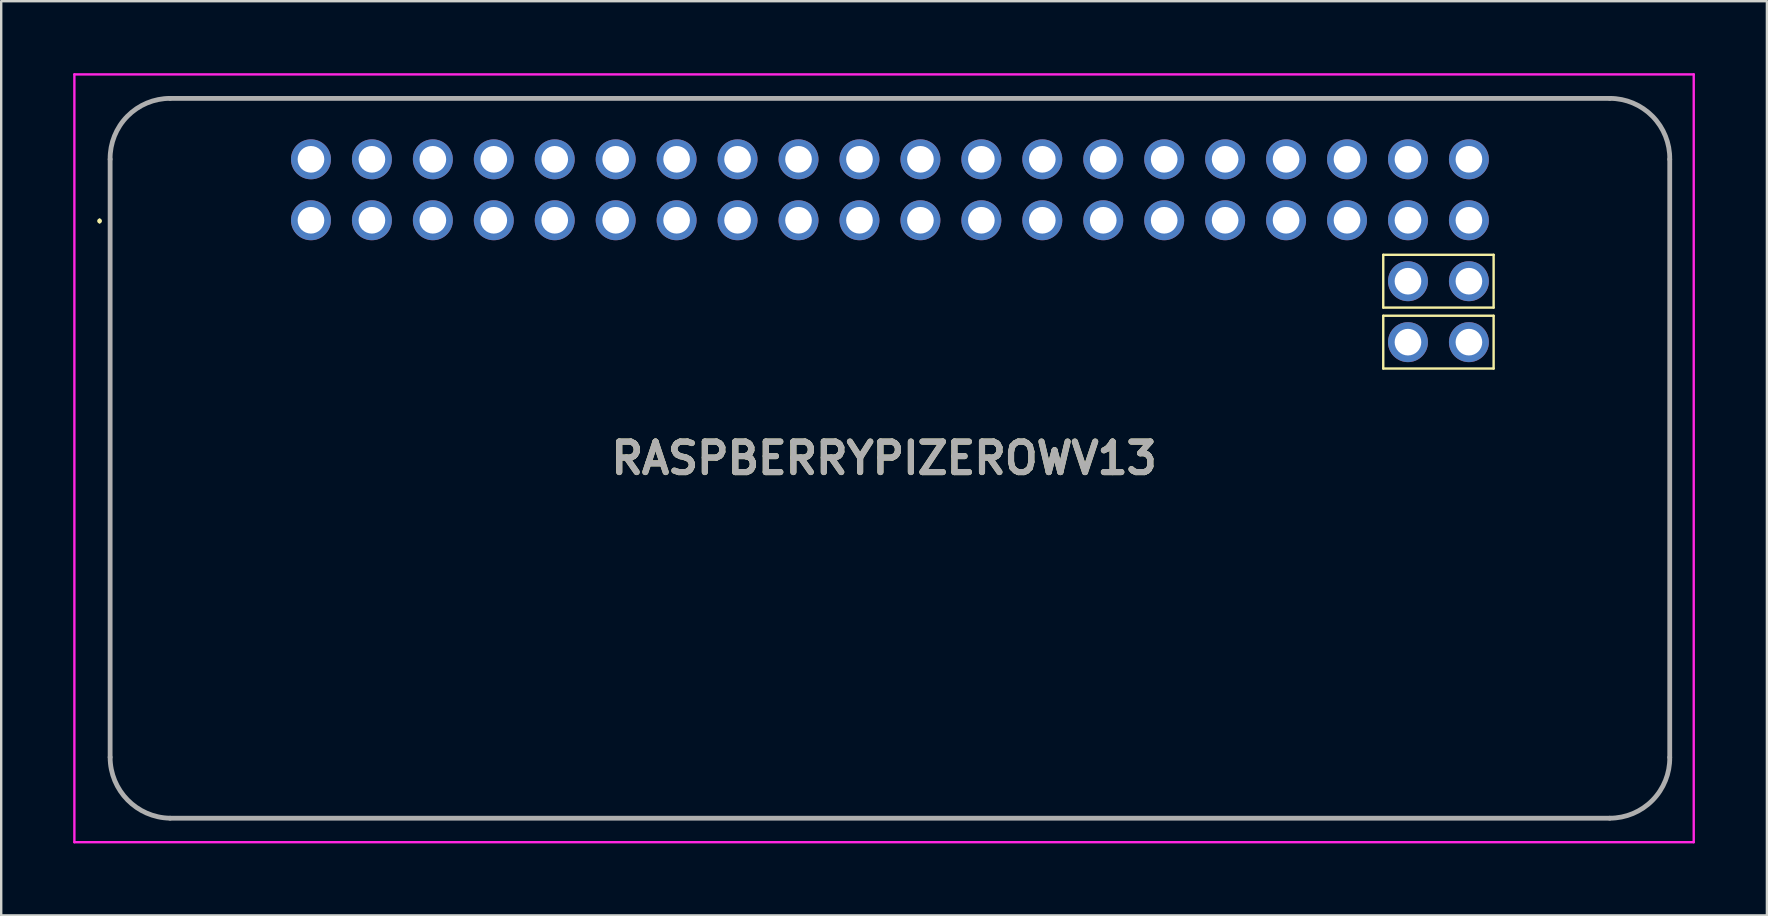
<source format=kicad_pcb>
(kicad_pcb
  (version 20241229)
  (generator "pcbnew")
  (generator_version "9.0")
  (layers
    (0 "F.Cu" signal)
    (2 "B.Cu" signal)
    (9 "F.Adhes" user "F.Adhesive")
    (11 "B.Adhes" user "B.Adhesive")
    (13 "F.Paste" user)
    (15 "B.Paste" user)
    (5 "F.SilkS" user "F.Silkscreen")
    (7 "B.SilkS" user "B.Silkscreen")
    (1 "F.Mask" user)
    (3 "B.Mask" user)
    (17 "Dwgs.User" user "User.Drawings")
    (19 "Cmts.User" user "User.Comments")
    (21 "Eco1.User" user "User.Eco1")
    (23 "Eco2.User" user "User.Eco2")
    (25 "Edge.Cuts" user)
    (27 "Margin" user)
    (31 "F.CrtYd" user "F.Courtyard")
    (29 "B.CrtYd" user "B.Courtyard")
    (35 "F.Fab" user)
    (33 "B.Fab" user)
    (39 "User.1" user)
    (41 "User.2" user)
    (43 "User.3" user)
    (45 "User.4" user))
  (footprint "RASPBERRYPIZEROWV13"
    (layer "F.Cu")
    (at 33.795 16.05)
    (property "Reference" "RASPBERRYPIZEROWV13" (at 0 0 0) (layer "F.SilkS") (effects (font (size 1.27 1.27) (thickness 0.254))))
    (attr through_hole)
    (fp_line (start -32.695 -9.94) (end -32.695 -9.94) (stroke (width 0.1) (type solid)) (layer "F.SilkS"))
    (fp_line (start -32.695 -9.84) (end -32.695 -9.84) (stroke (width 0.1) (type solid)) (layer "F.SilkS"))
    (fp_line (start -32.255 -12.46) (end -32.255 12.46) (stroke (width 0.1) (type solid)) (layer "F.SilkS"))
    (fp_line (start -29.755 15) (end 30.245 15) (stroke (width 0.1) (type solid)) (layer "F.SilkS"))
    (fp_line (start 20.805 -8.48) (end 25.405 -8.48) (stroke (width 0.1) (type solid)) (layer "F.SilkS"))
    (fp_line (start 20.805 -6.28) (end 20.805 -8.48) (stroke (width 0.1) (type solid)) (layer "F.SilkS"))
    (fp_line (start 20.805 -5.94) (end 25.405 -5.94) (stroke (width 0.1) (type solid)) (layer "F.SilkS"))
    (fp_line (start 20.805 -3.74) (end 20.805 -5.94) (stroke (width 0.1) (type solid)) (layer "F.SilkS"))
    (fp_line (start 25.405 -8.48) (end 25.405 -6.28) (stroke (width 0.1) (type solid)) (layer "F.SilkS"))
    (fp_line (start 25.405 -6.28) (end 20.805 -6.28) (stroke (width 0.1) (type solid)) (layer "F.SilkS"))
    (fp_line (start 25.405 -5.94) (end 25.405 -3.74) (stroke (width 0.1) (type solid)) (layer "F.SilkS"))
    (fp_line (start 25.405 -3.74) (end 20.805 -3.74) (stroke (width 0.1) (type solid)) (layer "F.SilkS"))
    (fp_line (start 30.245 -15) (end -29.755 -15) (stroke (width 0.1) (type solid)) (layer "F.SilkS"))
    (fp_line (start 32.745 12.46) (end 32.745 -12.46) (stroke (width 0.1) (type solid)) (layer "F.SilkS"))
    (fp_arc (start -32.695 -9.94) (mid -32.645 -9.89) (end -32.695 -9.84) (stroke (width 0.1) (type solid)) (layer "F.SilkS"))
    (fp_arc (start -32.695 -9.84) (mid -32.745 -9.89) (end -32.695 -9.94) (stroke (width 0.1) (type solid)) (layer "F.SilkS"))
    (fp_arc (start -32.255061 -12.463955) (mid -31.535456 -14.254877) (end -29.755 -15) (stroke (width 0.1) (type solid)) (layer "F.SilkS"))
    (fp_arc (start -29.759015 14.999933) (mid -31.526564 14.240534) (end -32.255 12.46) (stroke (width 0.1) (type solid)) (layer "F.SilkS"))
    (fp_arc (start 30.249015 -14.999933) (mid 32.016564 -14.240534) (end 32.745 -12.46) (stroke (width 0.1) (type solid)) (layer "F.SilkS"))
    (fp_arc (start 32.745061 12.463955) (mid 32.025456 14.254877) (end 30.245 15) (stroke (width 0.1) (type solid)) (layer "F.SilkS"))
    (fp_line (start -33.745 -16) (end 33.745 -16) (stroke (width 0.1) (type solid)) (layer "F.CrtYd"))
    (fp_line (start -33.745 16) (end -33.745 -16) (stroke (width 0.1) (type solid)) (layer "F.CrtYd"))
    (fp_line (start 33.745 -16) (end 33.745 16) (stroke (width 0.1) (type solid)) (layer "F.CrtYd"))
    (fp_line (start 33.745 16) (end -33.745 16) (stroke (width 0.1) (type solid)) (layer "F.CrtYd"))
    (fp_line (start -32.255 -12.46) (end -32.255 12.46) (stroke (width 0.2) (type solid)) (layer "F.Fab"))
    (fp_line (start -29.755 15) (end 30.245 15) (stroke (width 0.2) (type solid)) (layer "F.Fab"))
    (fp_line (start 30.245 -15) (end -29.755 -15) (stroke (width 0.2) (type solid)) (layer "F.Fab"))
    (fp_line (start 32.745 12.46) (end 32.745 -12.46) (stroke (width 0.2) (type solid)) (layer "F.Fab"))
    (fp_arc (start -32.255061 -12.463955) (mid -31.535456 -14.254877) (end -29.755 -15) (stroke (width 0.2) (type solid)) (layer "F.Fab"))
    (fp_arc (start -29.759015 14.999933) (mid -31.526564 14.240534) (end -32.255 12.46) (stroke (width 0.2) (type solid)) (layer "F.Fab"))
    (fp_arc (start 30.248955 -14.999995) (mid 32.028229 -14.252057) (end 32.745 -12.46) (stroke (width 0.2) (type solid)) (layer "F.Fab"))
    (fp_arc (start 32.745061 12.463955) (mid 32.025456 14.254877) (end 30.245 15) (stroke (width 0.2) (type solid)) (layer "F.Fab"))
    (fp_text user "${REFERENCE}" (at 0 0 0) (layer "F.Fab") (effects (font (size 1.27 1.27) (thickness 0.254))))
    (pad "" np_thru_hole circle (at -28.755 -11.5) (size 0.001 0.001) (drill 2.8) (layers "*.Cu" "*.Mask"))
    (pad "" np_thru_hole circle (at -28.755 11.5) (size 0.001 0.001) (drill 2.8) (layers "*.Cu" "*.Mask"))
    (pad "" np_thru_hole circle (at 29.245 -11.5) (size 0.001 0.001) (drill 2.8) (layers "*.Cu" "*.Mask"))
    (pad "" np_thru_hole circle (at 29.245 11.5) (size 0.001 0.001) (drill 2.8) (layers "*.Cu" "*.Mask"))
    (pad "1" thru_hole circle (at -23.885 -9.92) (size 1.665 1.665) (drill 1.11) (layers "*.Cu" "*.Mask"))
    (pad "2" thru_hole circle (at -23.885 -12.46) (size 1.665 1.665) (drill 1.11) (layers "*.Cu" "*.Mask"))
    (pad "3" thru_hole circle (at -21.345 -9.92) (size 1.665 1.665) (drill 1.11) (layers "*.Cu" "*.Mask"))
    (pad "4" thru_hole circle (at -21.345 -12.46) (size 1.665 1.665) (drill 1.11) (layers "*.Cu" "*.Mask"))
    (pad "5" thru_hole circle (at -18.805 -9.92) (size 1.665 1.665) (drill 1.11) (layers "*.Cu" "*.Mask"))
    (pad "6" thru_hole circle (at -18.805 -12.46) (size 1.665 1.665) (drill 1.11) (layers "*.Cu" "*.Mask"))
    (pad "7" thru_hole circle (at -16.265 -9.92) (size 1.665 1.665) (drill 1.11) (layers "*.Cu" "*.Mask"))
    (pad "8" thru_hole circle (at -16.265 -12.46) (size 1.665 1.665) (drill 1.11) (layers "*.Cu" "*.Mask"))
    (pad "9" thru_hole circle (at -13.725 -9.92) (size 1.665 1.665) (drill 1.11) (layers "*.Cu" "*.Mask"))
    (pad "10" thru_hole circle (at -13.725 -12.46) (size 1.665 1.665) (drill 1.11) (layers "*.Cu" "*.Mask"))
    (pad "11" thru_hole circle (at -11.185 -9.92) (size 1.665 1.665) (drill 1.11) (layers "*.Cu" "*.Mask"))
    (pad "12" thru_hole circle (at -11.185 -12.46) (size 1.665 1.665) (drill 1.11) (layers "*.Cu" "*.Mask"))
    (pad "13" thru_hole circle (at -8.645 -9.92) (size 1.665 1.665) (drill 1.11) (layers "*.Cu" "*.Mask"))
    (pad "14" thru_hole circle (at -8.645 -12.46) (size 1.665 1.665) (drill 1.11) (layers "*.Cu" "*.Mask"))
    (pad "15" thru_hole circle (at -6.105 -9.92) (size 1.665 1.665) (drill 1.11) (layers "*.Cu" "*.Mask"))
    (pad "16" thru_hole circle (at -6.105 -12.46) (size 1.665 1.665) (drill 1.11) (layers "*.Cu" "*.Mask"))
    (pad "17" thru_hole circle (at -3.565 -9.92) (size 1.665 1.665) (drill 1.11) (layers "*.Cu" "*.Mask"))
    (pad "18" thru_hole circle (at -3.565 -12.46) (size 1.665 1.665) (drill 1.11) (layers "*.Cu" "*.Mask"))
    (pad "19" thru_hole circle (at -1.025 -9.92) (size 1.665 1.665) (drill 1.11) (layers "*.Cu" "*.Mask"))
    (pad "20" thru_hole circle (at -1.025 -12.46) (size 1.665 1.665) (drill 1.11) (layers "*.Cu" "*.Mask"))
    (pad "21" thru_hole circle (at 1.515 -9.92) (size 1.665 1.665) (drill 1.11) (layers "*.Cu" "*.Mask"))
    (pad "22" thru_hole circle (at 1.515 -12.46) (size 1.665 1.665) (drill 1.11) (layers "*.Cu" "*.Mask"))
    (pad "23" thru_hole circle (at 4.055 -9.92) (size 1.665 1.665) (drill 1.11) (layers "*.Cu" "*.Mask"))
    (pad "24" thru_hole circle (at 4.055 -12.46) (size 1.665 1.665) (drill 1.11) (layers "*.Cu" "*.Mask"))
    (pad "25" thru_hole circle (at 6.595 -9.92) (size 1.665 1.665) (drill 1.11) (layers "*.Cu" "*.Mask"))
    (pad "26" thru_hole circle (at 6.595 -12.46) (size 1.665 1.665) (drill 1.11) (layers "*.Cu" "*.Mask"))
    (pad "27" thru_hole circle (at 9.135 -9.92) (size 1.665 1.665) (drill 1.11) (layers "*.Cu" "*.Mask"))
    (pad "28" thru_hole circle (at 9.135 -12.46) (size 1.665 1.665) (drill 1.11) (layers "*.Cu" "*.Mask"))
    (pad "29" thru_hole circle (at 11.675 -9.92) (size 1.665 1.665) (drill 1.11) (layers "*.Cu" "*.Mask"))
    (pad "30" thru_hole circle (at 11.675 -12.46) (size 1.665 1.665) (drill 1.11) (layers "*.Cu" "*.Mask"))
    (pad "31" thru_hole circle (at 14.215 -9.92) (size 1.665 1.665) (drill 1.11) (layers "*.Cu" "*.Mask"))
    (pad "32" thru_hole circle (at 14.215 -12.46) (size 1.665 1.665) (drill 1.11) (layers "*.Cu" "*.Mask"))
    (pad "33" thru_hole circle (at 16.755 -9.92) (size 1.665 1.665) (drill 1.11) (layers "*.Cu" "*.Mask"))
    (pad "34" thru_hole circle (at 16.755 -12.46) (size 1.665 1.665) (drill 1.11) (layers "*.Cu" "*.Mask"))
    (pad "35" thru_hole circle (at 19.295 -9.92) (size 1.665 1.665) (drill 1.11) (layers "*.Cu" "*.Mask"))
    (pad "36" thru_hole circle (at 19.295 -12.46) (size 1.665 1.665) (drill 1.11) (layers "*.Cu" "*.Mask"))
    (pad "37" thru_hole circle (at 21.835 -9.92) (size 1.665 1.665) (drill 1.11) (layers "*.Cu" "*.Mask"))
    (pad "38" thru_hole circle (at 21.835 -12.46) (size 1.665 1.665) (drill 1.11) (layers "*.Cu" "*.Mask"))
    (pad "39" thru_hole circle (at 24.375 -9.92) (size 1.665 1.665) (drill 1.11) (layers "*.Cu" "*.Mask"))
    (pad "40" thru_hole circle (at 24.375 -12.46) (size 1.665 1.665) (drill 1.11) (layers "*.Cu" "*.Mask"))
    (pad "41" thru_hole circle (at 24.375 -7.38) (size 1.665 1.665) (drill 1.11) (layers "*.Cu" "*.Mask"))
    (pad "42" thru_hole circle (at 21.835 -7.38) (size 1.665 1.665) (drill 1.11) (layers "*.Cu" "*.Mask"))
    (pad "43" thru_hole circle (at 21.835 -4.84) (size 1.665 1.665) (drill 1.11) (layers "*.Cu" "*.Mask"))
    (pad "44" thru_hole circle (at 24.375 -4.84) (size 1.665 1.665) (drill 1.11) (layers "*.Cu" "*.Mask")))
  (gr_rect
    (start -3 -3)
    (end 70.59 35.1)
    (stroke (width 0.1) (type default))
    (fill no)
    (layer "Edge.Cuts")))
</source>
